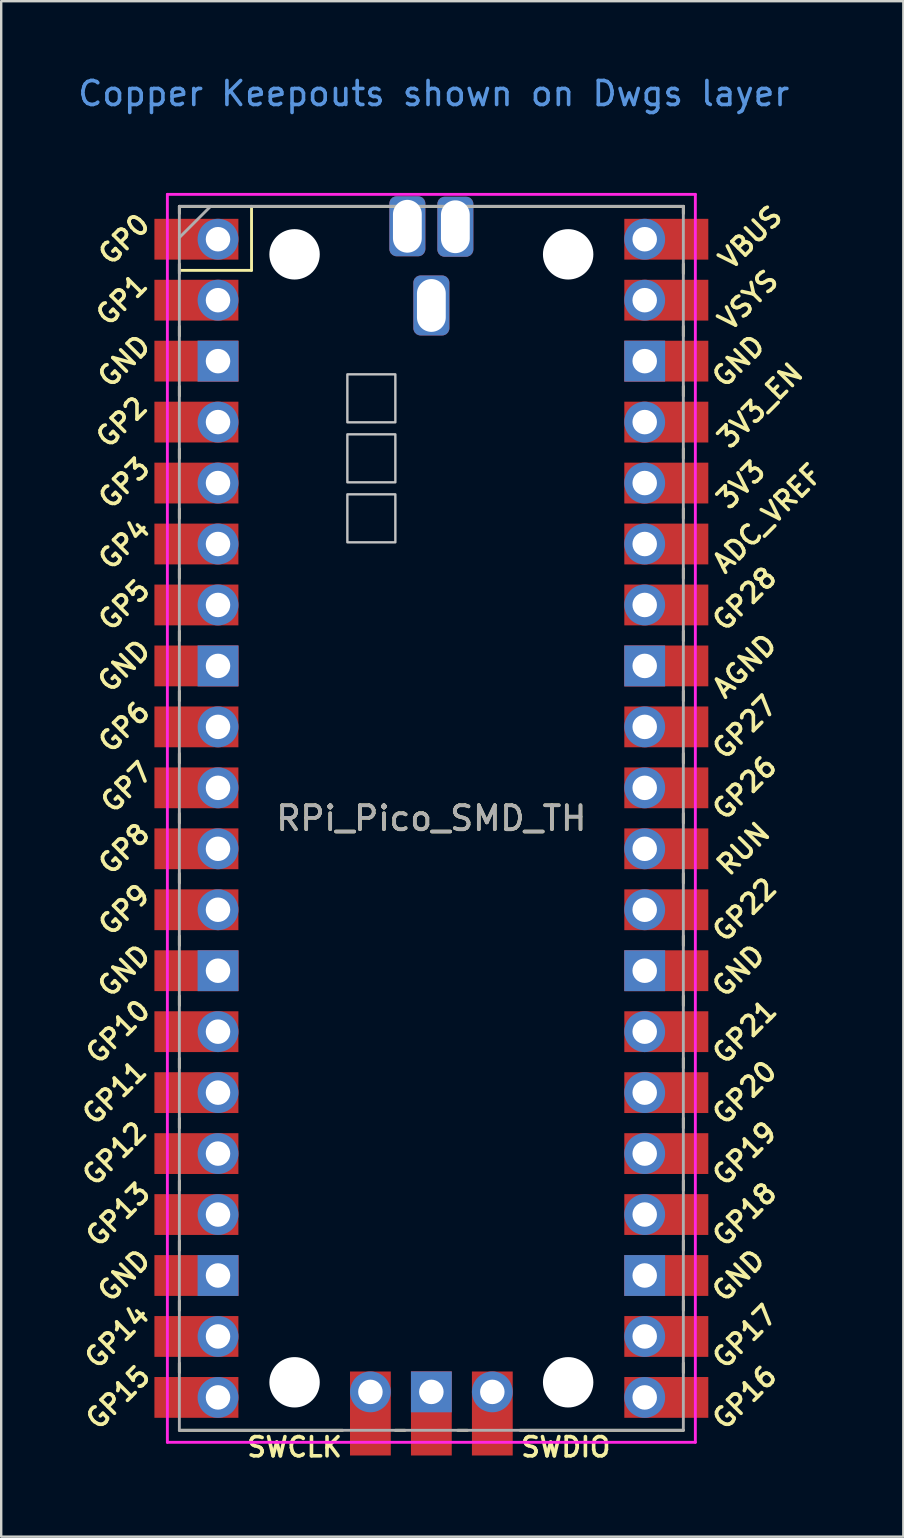
<source format=kicad_pcb>
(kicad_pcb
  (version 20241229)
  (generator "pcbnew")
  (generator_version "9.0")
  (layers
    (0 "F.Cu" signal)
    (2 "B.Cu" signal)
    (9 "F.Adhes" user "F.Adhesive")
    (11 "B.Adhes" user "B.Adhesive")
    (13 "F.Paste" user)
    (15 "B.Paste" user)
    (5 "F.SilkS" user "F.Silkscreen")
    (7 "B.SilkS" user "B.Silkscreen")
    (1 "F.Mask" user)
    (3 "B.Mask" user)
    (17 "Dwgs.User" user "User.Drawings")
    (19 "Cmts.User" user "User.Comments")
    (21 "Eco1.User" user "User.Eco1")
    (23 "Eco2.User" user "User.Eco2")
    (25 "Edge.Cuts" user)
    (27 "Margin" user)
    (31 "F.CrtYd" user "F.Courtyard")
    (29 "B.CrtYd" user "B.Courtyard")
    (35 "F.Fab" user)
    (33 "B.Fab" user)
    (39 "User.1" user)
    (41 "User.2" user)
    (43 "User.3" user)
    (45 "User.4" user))
  (footprint "RPi_Pico_SMD_TH"
    (layer "F.Cu")
    (at 14.924 31.048)
    (property "Reference" "RPi_Pico_SMD_TH" (at 0 0 0) (layer "F.SilkS") (effects (font (size 1 1) (thickness 0.15))))
    (attr through_hole)
    (fp_line (start -10.5 -25.5) (end -10.5 -25.2) (stroke (width 0.12) (type solid)) (layer "F.SilkS"))
    (fp_line (start -10.5 -25.5) (end 10.5 -25.5) (stroke (width 0.12) (type solid)) (layer "F.SilkS"))
    (fp_line (start -10.5 -23.1) (end -10.5 -22.7) (stroke (width 0.12) (type solid)) (layer "F.SilkS"))
    (fp_line (start -10.5 -22.833) (end -7.493 -22.833) (stroke (width 0.12) (type solid)) (layer "F.SilkS"))
    (fp_line (start -10.5 -20.5) (end -10.5 -20.1) (stroke (width 0.12) (type solid)) (layer "F.SilkS"))
    (fp_line (start -10.5 -18) (end -10.5 -17.6) (stroke (width 0.12) (type solid)) (layer "F.SilkS"))
    (fp_line (start -10.5 -15.4) (end -10.5 -15) (stroke (width 0.12) (type solid)) (layer "F.SilkS"))
    (fp_line (start -10.5 -12.9) (end -10.5 -12.5) (stroke (width 0.12) (type solid)) (layer "F.SilkS"))
    (fp_line (start -10.5 -10.4) (end -10.5 -10) (stroke (width 0.12) (type solid)) (layer "F.SilkS"))
    (fp_line (start -10.5 -7.8) (end -10.5 -7.4) (stroke (width 0.12) (type solid)) (layer "F.SilkS"))
    (fp_line (start -10.5 -5.3) (end -10.5 -4.9) (stroke (width 0.12) (type solid)) (layer "F.SilkS"))
    (fp_line (start -10.5 -2.7) (end -10.5 -2.3) (stroke (width 0.12) (type solid)) (layer "F.SilkS"))
    (fp_line (start -10.5 -0.2) (end -10.5 0.2) (stroke (width 0.12) (type solid)) (layer "F.SilkS"))
    (fp_line (start -10.5 2.3) (end -10.5 2.7) (stroke (width 0.12) (type solid)) (layer "F.SilkS"))
    (fp_line (start -10.5 4.9) (end -10.5 5.3) (stroke (width 0.12) (type solid)) (layer "F.SilkS"))
    (fp_line (start -10.5 7.4) (end -10.5 7.8) (stroke (width 0.12) (type solid)) (layer "F.SilkS"))
    (fp_line (start -10.5 10) (end -10.5 10.4) (stroke (width 0.12) (type solid)) (layer "F.SilkS"))
    (fp_line (start -10.5 12.5) (end -10.5 12.9) (stroke (width 0.12) (type solid)) (layer "F.SilkS"))
    (fp_line (start -10.5 15.1) (end -10.5 15.5) (stroke (width 0.12) (type solid)) (layer "F.SilkS"))
    (fp_line (start -10.5 17.6) (end -10.5 18) (stroke (width 0.12) (type solid)) (layer "F.SilkS"))
    (fp_line (start -10.5 20.1) (end -10.5 20.5) (stroke (width 0.12) (type solid)) (layer "F.SilkS"))
    (fp_line (start -10.5 22.7) (end -10.5 23.1) (stroke (width 0.12) (type solid)) (layer "F.SilkS"))
    (fp_line (start -7.493 -22.833) (end -7.493 -25.5) (stroke (width 0.12) (type solid)) (layer "F.SilkS"))
    (fp_line (start -3.7 25.5) (end -10.5 25.5) (stroke (width 0.12) (type solid)) (layer "F.SilkS"))
    (fp_line (start -1.5 25.5) (end -1.1 25.5) (stroke (width 0.12) (type solid)) (layer "F.SilkS"))
    (fp_line (start 1.1 25.5) (end 1.5 25.5) (stroke (width 0.12) (type solid)) (layer "F.SilkS"))
    (fp_line (start 10.5 -25.5) (end 10.5 -25.2) (stroke (width 0.12) (type solid)) (layer "F.SilkS"))
    (fp_line (start 10.5 -23.1) (end 10.5 -22.7) (stroke (width 0.12) (type solid)) (layer "F.SilkS"))
    (fp_line (start 10.5 -20.5) (end 10.5 -20.1) (stroke (width 0.12) (type solid)) (layer "F.SilkS"))
    (fp_line (start 10.5 -18) (end 10.5 -17.6) (stroke (width 0.12) (type solid)) (layer "F.SilkS"))
    (fp_line (start 10.5 -15.4) (end 10.5 -15) (stroke (width 0.12) (type solid)) (layer "F.SilkS"))
    (fp_line (start 10.5 -12.9) (end 10.5 -12.5) (stroke (width 0.12) (type solid)) (layer "F.SilkS"))
    (fp_line (start 10.5 -10.4) (end 10.5 -10) (stroke (width 0.12) (type solid)) (layer "F.SilkS"))
    (fp_line (start 10.5 -7.8) (end 10.5 -7.4) (stroke (width 0.12) (type solid)) (layer "F.SilkS"))
    (fp_line (start 10.5 -5.3) (end 10.5 -4.9) (stroke (width 0.12) (type solid)) (layer "F.SilkS"))
    (fp_line (start 10.5 -2.7) (end 10.5 -2.3) (stroke (width 0.12) (type solid)) (layer "F.SilkS"))
    (fp_line (start 10.5 -0.2) (end 10.5 0.2) (stroke (width 0.12) (type solid)) (layer "F.SilkS"))
    (fp_line (start 10.5 2.3) (end 10.5 2.7) (stroke (width 0.12) (type solid)) (layer "F.SilkS"))
    (fp_line (start 10.5 4.9) (end 10.5 5.3) (stroke (width 0.12) (type solid)) (layer "F.SilkS"))
    (fp_line (start 10.5 7.4) (end 10.5 7.8) (stroke (width 0.12) (type solid)) (layer "F.SilkS"))
    (fp_line (start 10.5 10) (end 10.5 10.4) (stroke (width 0.12) (type solid)) (layer "F.SilkS"))
    (fp_line (start 10.5 12.5) (end 10.5 12.9) (stroke (width 0.12) (type solid)) (layer "F.SilkS"))
    (fp_line (start 10.5 15.1) (end 10.5 15.5) (stroke (width 0.12) (type solid)) (layer "F.SilkS"))
    (fp_line (start 10.5 17.6) (end 10.5 18) (stroke (width 0.12) (type solid)) (layer "F.SilkS"))
    (fp_line (start 10.5 20.1) (end 10.5 20.5) (stroke (width 0.12) (type solid)) (layer "F.SilkS"))
    (fp_line (start 10.5 22.7) (end 10.5 23.1) (stroke (width 0.12) (type solid)) (layer "F.SilkS"))
    (fp_line (start 10.5 25.5) (end 3.7 25.5) (stroke (width 0.12) (type solid)) (layer "F.SilkS"))
    (fp_poly (pts (xy -1.5 -16.5) (xy -3.5 -16.5) (xy -3.5 -18.5) (xy -1.5 -18.5)) (stroke (width 0.1) (type solid)) (fill no) (layer "Dwgs.User"))
    (fp_poly (pts (xy -1.5 -14) (xy -3.5 -14) (xy -3.5 -16) (xy -1.5 -16)) (stroke (width 0.1) (type solid)) (fill no) (layer "Dwgs.User"))
    (fp_poly (pts (xy -1.5 -11.5) (xy -3.5 -11.5) (xy -3.5 -13.5) (xy -1.5 -13.5)) (stroke (width 0.1) (type solid)) (fill no) (layer "Dwgs.User"))
    (fp_line (start -11 -26) (end 11 -26) (stroke (width 0.12) (type solid)) (layer "F.CrtYd"))
    (fp_line (start -11 26) (end -11 -26) (stroke (width 0.12) (type solid)) (layer "F.CrtYd"))
    (fp_line (start 11 -26) (end 11 26) (stroke (width 0.12) (type solid)) (layer "F.CrtYd"))
    (fp_line (start 11 26) (end -11 26) (stroke (width 0.12) (type solid)) (layer "F.CrtYd"))
    (fp_line (start -10.5 -25.5) (end 10.5 -25.5) (stroke (width 0.12) (type solid)) (layer "F.Fab"))
    (fp_line (start -10.5 -24.2) (end -9.2 -25.5) (stroke (width 0.12) (type solid)) (layer "F.Fab"))
    (fp_line (start -10.5 25.5) (end -10.5 -25.5) (stroke (width 0.12) (type solid)) (layer "F.Fab"))
    (fp_line (start 10.5 -25.5) (end 10.5 25.5) (stroke (width 0.12) (type solid)) (layer "F.Fab"))
    (fp_line (start 10.5 25.5) (end -10.5 25.5) (stroke (width 0.12) (type solid)) (layer "F.Fab"))
    (fp_text user "GP9" (at -12.8 3.81 45) (layer "F.SilkS") (effects (font (size 0.8 0.8) (thickness 0.15))))
    (fp_text user "3V3_EN" (at 13.7 -17.2 45) (layer "F.SilkS") (effects (font (size 0.8 0.8) (thickness 0.15))))
    (fp_text user "GP17" (at 13.054 21.59 45) (layer "F.SilkS") (effects (font (size 0.8 0.8) (thickness 0.15))))
    (fp_text user "GND" (at 12.8 6.35 45) (layer "F.SilkS") (effects (font (size 0.8 0.8) (thickness 0.15))))
    (fp_text user "GP16" (at 13.054 24.13 45) (layer "F.SilkS") (effects (font (size 0.8 0.8) (thickness 0.15))))
    (fp_text user "GND" (at -12.8 19.05 45) (layer "F.SilkS") (effects (font (size 0.8 0.8) (thickness 0.15))))
    (fp_text user "GP3" (at -12.8 -13.97 45) (layer "F.SilkS") (effects (font (size 0.8 0.8) (thickness 0.15))))
    (fp_text user "GP26" (at 13.054 -1.27 45) (layer "F.SilkS") (effects (font (size 0.8 0.8) (thickness 0.15))))
    (fp_text user "GP27" (at 13.054 -3.8 45) (layer "F.SilkS") (effects (font (size 0.8 0.8) (thickness 0.15))))
    (fp_text user "GP20" (at 13.054 11.43 45) (layer "F.SilkS") (effects (font (size 0.8 0.8) (thickness 0.15))))
    (fp_text user "GP8" (at -12.8 1.27 45) (layer "F.SilkS") (effects (font (size 0.8 0.8) (thickness 0.15))))
    (fp_text user "GP18" (at 13.054 16.51 45) (layer "F.SilkS") (effects (font (size 0.8 0.8) (thickness 0.15))))
    (fp_text user "GP7" (at -12.7 -1.3 45) (layer "F.SilkS") (effects (font (size 0.8 0.8) (thickness 0.15))))
    (fp_text user "GP2" (at -12.9 -16.51 45) (layer "F.SilkS") (effects (font (size 0.8 0.8) (thickness 0.15))))
    (fp_text user "GP14" (at -13.1 21.59 45) (layer "F.SilkS") (effects (font (size 0.8 0.8) (thickness 0.15))))
    (fp_text user "GND" (at -12.8 -6.35 45) (layer "F.SilkS") (effects (font (size 0.8 0.8) (thickness 0.15))))
    (fp_text user "GP1" (at -12.9 -21.6 45) (layer "F.SilkS") (effects (font (size 0.8 0.8) (thickness 0.15))))
    (fp_text user "ADC_VREF" (at 14 -12.5 45) (layer "F.SilkS") (effects (font (size 0.8 0.8) (thickness 0.15))))
    (fp_text user "GP19" (at 13.054 13.97 45) (layer "F.SilkS") (effects (font (size 0.8 0.8) (thickness 0.15))))
    (fp_text user "GP28" (at 13.054 -9.144 45) (layer "F.SilkS") (effects (font (size 0.8 0.8) (thickness 0.15))))
    (fp_text user "GND" (at -12.8 -19.05 45) (layer "F.SilkS") (effects (font (size 0.8 0.8) (thickness 0.15))))
    (fp_text user "VBUS" (at 13.3 -24.2 45) (layer "F.SilkS") (effects (font (size 0.8 0.8) (thickness 0.15))))
    (fp_text user "GP4" (at -12.8 -11.43 45) (layer "F.SilkS") (effects (font (size 0.8 0.8) (thickness 0.15))))
    (fp_text user "SWCLK" (at -5.7 26.2 0) (layer "F.SilkS") (effects (font (size 0.8 0.8) (thickness 0.15))))
    (fp_text user "GP12" (at -13.2 13.97 45) (layer "F.SilkS") (effects (font (size 0.8 0.8) (thickness 0.15))))
    (fp_text user "GP10" (at -13.054 8.89 45) (layer "F.SilkS") (effects (font (size 0.8 0.8) (thickness 0.15))))
    (fp_text user "RUN" (at 13 1.27 45) (layer "F.SilkS") (effects (font (size 0.8 0.8) (thickness 0.15))))
    (fp_text user "VSYS" (at 13.2 -21.59 45) (layer "F.SilkS") (effects (font (size 0.8 0.8) (thickness 0.15))))
    (fp_text user "GP5" (at -12.8 -8.89 45) (layer "F.SilkS") (effects (font (size 0.8 0.8) (thickness 0.15))))
    (fp_text user "GP21" (at 13.054 8.9 45) (layer "F.SilkS") (effects (font (size 0.8 0.8) (thickness 0.15))))
    (fp_text user "GND" (at 12.8 19.05 45) (layer "F.SilkS") (effects (font (size 0.8 0.8) (thickness 0.15))))
    (fp_text user "SWDIO" (at 5.6 26.2 0) (layer "F.SilkS") (effects (font (size 0.8 0.8) (thickness 0.15))))
    (fp_text user "GND" (at -12.8 6.35 45) (layer "F.SilkS") (effects (font (size 0.8 0.8) (thickness 0.15))))
    (fp_text user "3V3" (at 12.9 -13.9 45) (layer "F.SilkS") (effects (font (size 0.8 0.8) (thickness 0.15))))
    (fp_text user "GP0" (at -12.8 -24.13 45) (layer "F.SilkS") (effects (font (size 0.8 0.8) (thickness 0.15))))
    (fp_text user "GP6" (at -12.8 -3.81 45) (layer "F.SilkS") (effects (font (size 0.8 0.8) (thickness 0.15))))
    (fp_text user "AGND" (at 13.054 -6.35 45) (layer "F.SilkS") (effects (font (size 0.8 0.8) (thickness 0.15))))
    (fp_text user "GP11" (at -13.2 11.43 45) (layer "F.SilkS") (effects (font (size 0.8 0.8) (thickness 0.15))))
    (fp_text user "GP22" (at 13.054 3.81 45) (layer "F.SilkS") (effects (font (size 0.8 0.8) (thickness 0.15))))
    (fp_text user "GP13" (at -13.054 16.51 45) (layer "F.SilkS") (effects (font (size 0.8 0.8) (thickness 0.15))))
    (fp_text user "GP15" (at -13.054 24.13 45) (layer "F.SilkS") (effects (font (size 0.8 0.8) (thickness 0.15))))
    (fp_text user "GND" (at 12.8 -19.05 45) (layer "F.SilkS") (effects (font (size 0.8 0.8) (thickness 0.15))))
    (fp_text user "Copper Keepouts shown on Dwgs layer" (at 0.1 -30.2 0) (layer "Cmts.User") (effects (font (size 1 1) (thickness 0.15))))
    (fp_text user "${REFERENCE}" (at 0 0 180) (layer "F.Fab") (effects (font (size 1 1) (thickness 0.15))))
    (pad "" np_thru_hole circle (at -5.7 -23.5) (size 2.1 2.1) (drill 2.1) (layers "*.Cu" "*.Mask"))
    (pad "" np_thru_hole circle (at -5.7 23.5) (size 2.1 2.1) (drill 2.1) (layers "*.Cu" "*.Mask"))
    (pad "" np_thru_hole circle (at 5.7 -23.5) (size 2.1 2.1) (drill 2.1) (layers "*.Cu" "*.Mask"))
    (pad "" np_thru_hole circle (at 5.7 23.5) (size 2.1 2.1) (drill 2.1) (layers "*.Cu" "*.Mask"))
    (pad "1" thru_hole oval (at -8.89 -24.13) (size 1.7 1.7) (drill 1.02) (layers "*.Cu" "*.Mask"))
    (pad "1" smd rect (at -8.89 -24.13) (size 3.5 1.7) (drill (offset -0.9 0)) (layers "F.Cu" "F.Mask"))
    (pad "2" thru_hole oval (at -8.89 -21.59) (size 1.7 1.7) (drill 1.02) (layers "*.Cu" "*.Mask"))
    (pad "2" smd rect (at -8.89 -21.59) (size 3.5 1.7) (drill (offset -0.9 0)) (layers "F.Cu" "F.Mask"))
    (pad "3" thru_hole rect (at -8.89 -19.05) (size 1.7 1.7) (drill 1.02) (layers "*.Cu" "*.Mask"))
    (pad "3" smd rect (at -8.89 -19.05) (size 3.5 1.7) (drill (offset -0.9 0)) (layers "F.Cu" "F.Mask"))
    (pad "4" thru_hole oval (at -8.89 -16.51) (size 1.7 1.7) (drill 1.02) (layers "*.Cu" "*.Mask"))
    (pad "4" smd rect (at -8.89 -16.51) (size 3.5 1.7) (drill (offset -0.9 0)) (layers "F.Cu" "F.Mask"))
    (pad "5" thru_hole oval (at -8.89 -13.97) (size 1.7 1.7) (drill 1.02) (layers "*.Cu" "*.Mask"))
    (pad "5" smd rect (at -8.89 -13.97) (size 3.5 1.7) (drill (offset -0.9 0)) (layers "F.Cu" "F.Mask"))
    (pad "6" thru_hole oval (at -8.89 -11.43) (size 1.7 1.7) (drill 1.02) (layers "*.Cu" "*.Mask"))
    (pad "6" smd rect (at -8.89 -11.43) (size 3.5 1.7) (drill (offset -0.9 0)) (layers "F.Cu" "F.Mask"))
    (pad "7" thru_hole oval (at -8.89 -8.89) (size 1.7 1.7) (drill 1.02) (layers "*.Cu" "*.Mask"))
    (pad "7" smd rect (at -8.89 -8.89) (size 3.5 1.7) (drill (offset -0.9 0)) (layers "F.Cu" "F.Mask"))
    (pad "8" thru_hole rect (at -8.89 -6.35) (size 1.7 1.7) (drill 1.02) (layers "*.Cu" "*.Mask"))
    (pad "8" smd rect (at -8.89 -6.35) (size 3.5 1.7) (drill (offset -0.9 0)) (layers "F.Cu" "F.Mask"))
    (pad "9" thru_hole oval (at -8.89 -3.81) (size 1.7 1.7) (drill 1.02) (layers "*.Cu" "*.Mask"))
    (pad "9" smd rect (at -8.89 -3.81) (size 3.5 1.7) (drill (offset -0.9 0)) (layers "F.Cu" "F.Mask"))
    (pad "10" thru_hole oval (at -8.89 -1.27) (size 1.7 1.7) (drill 1.02) (layers "*.Cu" "*.Mask"))
    (pad "10" smd rect (at -8.89 -1.27) (size 3.5 1.7) (drill (offset -0.9 0)) (layers "F.Cu" "F.Mask"))
    (pad "11" thru_hole oval (at -8.89 1.27) (size 1.7 1.7) (drill 1.02) (layers "*.Cu" "*.Mask"))
    (pad "11" smd rect (at -8.89 1.27) (size 3.5 1.7) (drill (offset -0.9 0)) (layers "F.Cu" "F.Mask"))
    (pad "12" thru_hole oval (at -8.89 3.81) (size 1.7 1.7) (drill 1.02) (layers "*.Cu" "*.Mask"))
    (pad "12" smd rect (at -8.89 3.81) (size 3.5 1.7) (drill (offset -0.9 0)) (layers "F.Cu" "F.Mask"))
    (pad "13" thru_hole rect (at -8.89 6.35) (size 1.7 1.7) (drill 1.02) (layers "*.Cu" "*.Mask"))
    (pad "13" smd rect (at -8.89 6.35) (size 3.5 1.7) (drill (offset -0.9 0)) (layers "F.Cu" "F.Mask"))
    (pad "14" thru_hole oval (at -8.89 8.89) (size 1.7 1.7) (drill 1.02) (layers "*.Cu" "*.Mask"))
    (pad "14" smd rect (at -8.89 8.89) (size 3.5 1.7) (drill (offset -0.9 0)) (layers "F.Cu" "F.Mask"))
    (pad "15" thru_hole oval (at -8.89 11.43) (size 1.7 1.7) (drill 1.02) (layers "*.Cu" "*.Mask"))
    (pad "15" smd rect (at -8.89 11.43) (size 3.5 1.7) (drill (offset -0.9 0)) (layers "F.Cu" "F.Mask"))
    (pad "16" thru_hole oval (at -8.89 13.97) (size 1.7 1.7) (drill 1.02) (layers "*.Cu" "*.Mask"))
    (pad "16" smd rect (at -8.89 13.97) (size 3.5 1.7) (drill (offset -0.9 0)) (layers "F.Cu" "F.Mask"))
    (pad "17" thru_hole oval (at -8.89 16.51) (size 1.7 1.7) (drill 1.02) (layers "*.Cu" "*.Mask"))
    (pad "17" smd rect (at -8.89 16.51) (size 3.5 1.7) (drill (offset -0.9 0)) (layers "F.Cu" "F.Mask"))
    (pad "18" thru_hole rect (at -8.89 19.05) (size 1.7 1.7) (drill 1.02) (layers "*.Cu" "*.Mask"))
    (pad "18" smd rect (at -8.89 19.05) (size 3.5 1.7) (drill (offset -0.9 0)) (layers "F.Cu" "F.Mask"))
    (pad "19" thru_hole oval (at -8.89 21.59) (size 1.7 1.7) (drill 1.02) (layers "*.Cu" "*.Mask"))
    (pad "19" smd rect (at -8.89 21.59) (size 3.5 1.7) (drill (offset -0.9 0)) (layers "F.Cu" "F.Mask"))
    (pad "20" thru_hole oval (at -8.89 24.13) (size 1.7 1.7) (drill 1.02) (layers "*.Cu" "*.Mask"))
    (pad "20" smd rect (at -8.89 24.13) (size 3.5 1.7) (drill (offset -0.9 0)) (layers "F.Cu" "F.Mask"))
    (pad "21" thru_hole oval (at 8.89 24.13) (size 1.7 1.7) (drill 1.02) (layers "*.Cu" "*.Mask"))
    (pad "21" smd rect (at 8.89 24.13) (size 3.5 1.7) (drill (offset 0.9 0)) (layers "F.Cu" "F.Mask"))
    (pad "22" thru_hole oval (at 8.89 21.59) (size 1.7 1.7) (drill 1.02) (layers "*.Cu" "*.Mask"))
    (pad "22" smd rect (at 8.89 21.59) (size 3.5 1.7) (drill (offset 0.9 0)) (layers "F.Cu" "F.Mask"))
    (pad "23" thru_hole rect (at 8.89 19.05) (size 1.7 1.7) (drill 1.02) (layers "*.Cu" "*.Mask"))
    (pad "23" smd rect (at 8.89 19.05) (size 3.5 1.7) (drill (offset 0.9 0)) (layers "F.Cu" "F.Mask"))
    (pad "24" thru_hole oval (at 8.89 16.51) (size 1.7 1.7) (drill 1.02) (layers "*.Cu" "*.Mask"))
    (pad "24" smd rect (at 8.89 16.51) (size 3.5 1.7) (drill (offset 0.9 0)) (layers "F.Cu" "F.Mask"))
    (pad "25" thru_hole oval (at 8.89 13.97) (size 1.7 1.7) (drill 1.02) (layers "*.Cu" "*.Mask"))
    (pad "25" smd rect (at 8.89 13.97) (size 3.5 1.7) (drill (offset 0.9 0)) (layers "F.Cu" "F.Mask"))
    (pad "26" thru_hole oval (at 8.89 11.43) (size 1.7 1.7) (drill 1.02) (layers "*.Cu" "*.Mask"))
    (pad "26" smd rect (at 8.89 11.43) (size 3.5 1.7) (drill (offset 0.9 0)) (layers "F.Cu" "F.Mask"))
    (pad "27" thru_hole oval (at 8.89 8.89) (size 1.7 1.7) (drill 1.02) (layers "*.Cu" "*.Mask"))
    (pad "27" smd rect (at 8.89 8.89) (size 3.5 1.7) (drill (offset 0.9 0)) (layers "F.Cu" "F.Mask"))
    (pad "28" thru_hole rect (at 8.89 6.35) (size 1.7 1.7) (drill 1.02) (layers "*.Cu" "*.Mask"))
    (pad "28" smd rect (at 8.89 6.35) (size 3.5 1.7) (drill (offset 0.9 0)) (layers "F.Cu" "F.Mask"))
    (pad "29" thru_hole oval (at 8.89 3.81) (size 1.7 1.7) (drill 1.02) (layers "*.Cu" "*.Mask"))
    (pad "29" smd rect (at 8.89 3.81) (size 3.5 1.7) (drill (offset 0.9 0)) (layers "F.Cu" "F.Mask"))
    (pad "30" thru_hole oval (at 8.89 1.27) (size 1.7 1.7) (drill 1.02) (layers "*.Cu" "*.Mask"))
    (pad "30" smd rect (at 8.89 1.27) (size 3.5 1.7) (drill (offset 0.9 0)) (layers "F.Cu" "F.Mask"))
    (pad "31" thru_hole oval (at 8.89 -1.27) (size 1.7 1.7) (drill 1.02) (layers "*.Cu" "*.Mask"))
    (pad "31" smd rect (at 8.89 -1.27) (size 3.5 1.7) (drill (offset 0.9 0)) (layers "F.Cu" "F.Mask"))
    (pad "32" thru_hole oval (at 8.89 -3.81) (size 1.7 1.7) (drill 1.02) (layers "*.Cu" "*.Mask"))
    (pad "32" smd rect (at 8.89 -3.81) (size 3.5 1.7) (drill (offset 0.9 0)) (layers "F.Cu" "F.Mask"))
    (pad "33" thru_hole rect (at 8.89 -6.35) (size 1.7 1.7) (drill 1.02) (layers "*.Cu" "*.Mask"))
    (pad "33" smd rect (at 8.89 -6.35) (size 3.5 1.7) (drill (offset 0.9 0)) (layers "F.Cu" "F.Mask"))
    (pad "34" thru_hole oval (at 8.89 -8.89) (size 1.7 1.7) (drill 1.02) (layers "*.Cu" "*.Mask"))
    (pad "34" smd rect (at 8.89 -8.89) (size 3.5 1.7) (drill (offset 0.9 0)) (layers "F.Cu" "F.Mask"))
    (pad "35" thru_hole oval (at 8.89 -11.43) (size 1.7 1.7) (drill 1.02) (layers "*.Cu" "*.Mask"))
    (pad "35" smd rect (at 8.89 -11.43) (size 3.5 1.7) (drill (offset 0.9 0)) (layers "F.Cu" "F.Mask"))
    (pad "36" thru_hole oval (at 8.89 -13.97) (size 1.7 1.7) (drill 1.02) (layers "*.Cu" "*.Mask"))
    (pad "36" smd rect (at 8.89 -13.97) (size 3.5 1.7) (drill (offset 0.9 0)) (layers "F.Cu" "F.Mask"))
    (pad "37" thru_hole oval (at 8.89 -16.51) (size 1.7 1.7) (drill 1.02) (layers "*.Cu" "*.Mask"))
    (pad "37" smd rect (at 8.89 -16.51) (size 3.5 1.7) (drill (offset 0.9 0)) (layers "F.Cu" "F.Mask"))
    (pad "38" thru_hole rect (at 8.89 -19.05) (size 1.7 1.7) (drill 1.02) (layers "*.Cu" "*.Mask"))
    (pad "38" smd rect (at 8.89 -19.05) (size 3.5 1.7) (drill (offset 0.9 0)) (layers "F.Cu" "F.Mask"))
    (pad "39" thru_hole oval (at 8.89 -21.59) (size 1.7 1.7) (drill 1.02) (layers "*.Cu" "*.Mask"))
    (pad "39" smd rect (at 8.89 -21.59) (size 3.5 1.7) (drill (offset 0.9 0)) (layers "F.Cu" "F.Mask"))
    (pad "40" thru_hole oval (at 8.89 -24.13) (size 1.7 1.7) (drill 1.02) (layers "*.Cu" "*.Mask"))
    (pad "40" smd rect (at 8.89 -24.13) (size 3.5 1.7) (drill (offset 0.9 0)) (layers "F.Cu" "F.Mask"))
    (pad "41" thru_hole oval (at -2.54 23.9) (size 1.7 1.7) (drill 1.02) (layers "*.Cu" "*.Mask"))
    (pad "41" smd rect (at -2.54 23.9 90) (size 3.5 1.7) (drill (offset -0.9 0)) (layers "F.Cu" "F.Mask"))
    (pad "42" thru_hole rect (at 0 23.9) (size 1.7 1.7) (drill 1.02) (layers "*.Cu" "*.Mask"))
    (pad "42" smd rect (at 0 23.9 90) (size 3.5 1.7) (drill (offset -0.9 0)) (layers "F.Cu" "F.Mask"))
    (pad "43" thru_hole oval (at 2.54 23.9) (size 1.7 1.7) (drill 1.02) (layers "*.Cu" "*.Mask"))
    (pad "43" smd rect (at 2.54 23.9 90) (size 3.5 1.7) (drill (offset -0.9 0)) (layers "F.Cu" "F.Mask"))
    (pad "TP1" thru_hole roundrect (at 0 -21.37) (size 1.5 2.5) (drill oval 1.2 2.2) (layers "*.Cu" "*.Mask") (roundrect_rratio 0.2))
    (pad "TP2" thru_hole roundrect (at 1 -24.65) (size 1.5 2.5) (drill oval 1.2 2.2) (layers "*.Cu" "*.Mask") (roundrect_rratio 0.2))
    (pad "TP3" thru_hole roundrect (at -1 -24.67) (size 1.5 2.5) (drill oval 1.2 2.2) (layers "*.Cu" "*.Mask") (roundrect_rratio 0.2)))
  (gr_rect
    (start -3 -3)
    (end 34.591 60.98)
    (stroke (width 0.1) (type default))
    (fill no)
    (layer "Edge.Cuts")))
</source>
